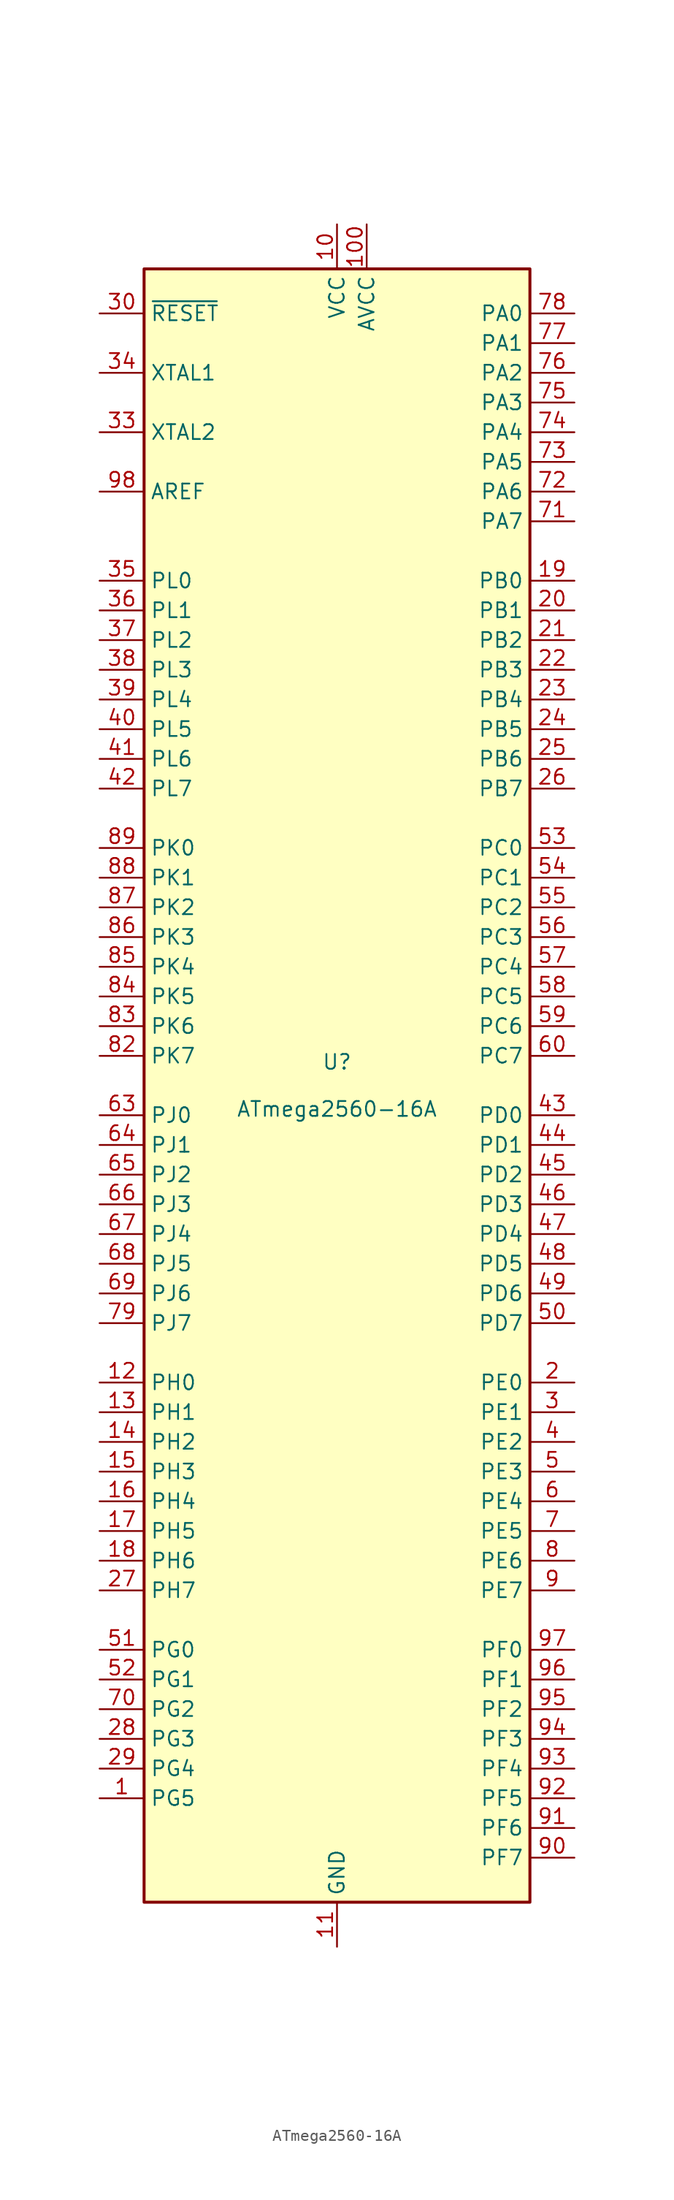
<source format=kicad_sym>
(kicad_symbol_lib
  (version 20220914)
  (generator kicad_symbol_editor)
  (symbol "ATmega2560-16A"
    (property "Reference" "U"
      (at 0 1.27 0)
      (effects (font (size 1.27 1.27)) (justify bottom)))
    (property "Value" "ATmega2560-16A"
      (at 0 -1.27 0)
      (effects (font (size 1.27 1.27)) (justify top)))
    (symbol "ATmega2560-16A_0_1"
      (rectangle (start -16.51 -69.85) (end 16.51 69.85) (stroke (width 0.254) (type default)) (fill (type background))))
    (symbol "ATmega2560-16A_1_1"
      (pin bidirectional line (at -20.32 -60.96 0) (length 3.81) (name "PG5" (effects (font (size 1.27 1.27)))) (number "1" (effects (font (size 1.27 1.27)))))
      (pin power_in line (at 0 73.66 270) (length 3.81) (name "VCC" (effects (font (size 1.27 1.27)))) (number "10" (effects (font (size 1.27 1.27)))))
      (pin power_in line (at 2.54 73.66 270) (length 3.81) (name "AVCC" (effects (font (size 1.27 1.27)))) (number "100" (effects (font (size 1.27 1.27)))))
      (pin power_in line (at 0 -73.66 90) (length 3.81) (name "GND" (effects (font (size 1.27 1.27)))) (number "11" (effects (font (size 1.27 1.27)))))
      (pin bidirectional line (at -20.32 -25.4 0) (length 3.81) (name "PH0" (effects (font (size 1.27 1.27)))) (number "12" (effects (font (size 1.27 1.27)))))
      (pin bidirectional line (at -20.32 -27.94 0) (length 3.81) (name "PH1" (effects (font (size 1.27 1.27)))) (number "13" (effects (font (size 1.27 1.27)))))
      (pin bidirectional line (at -20.32 -30.48 0) (length 3.81) (name "PH2" (effects (font (size 1.27 1.27)))) (number "14" (effects (font (size 1.27 1.27)))))
      (pin bidirectional line (at -20.32 -33.02 0) (length 3.81) (name "PH3" (effects (font (size 1.27 1.27)))) (number "15" (effects (font (size 1.27 1.27)))))
      (pin bidirectional line (at -20.32 -35.56 0) (length 3.81) (name "PH4" (effects (font (size 1.27 1.27)))) (number "16" (effects (font (size 1.27 1.27)))))
      (pin bidirectional line (at -20.32 -38.1 0) (length 3.81) (name "PH5" (effects (font (size 1.27 1.27)))) (number "17" (effects (font (size 1.27 1.27)))))
      (pin bidirectional line (at -20.32 -40.64 0) (length 3.81) (name "PH6" (effects (font (size 1.27 1.27)))) (number "18" (effects (font (size 1.27 1.27)))))
      (pin bidirectional line (at 20.32 43.18 180) (length 3.81) (name "PB0" (effects (font (size 1.27 1.27)))) (number "19" (effects (font (size 1.27 1.27)))))
      (pin bidirectional line (at 20.32 -25.4 180) (length 3.81) (name "PE0" (effects (font (size 1.27 1.27)))) (number "2" (effects (font (size 1.27 1.27)))))
      (pin bidirectional line (at 20.32 40.64 180) (length 3.81) (name "PB1" (effects (font (size 1.27 1.27)))) (number "20" (effects (font (size 1.27 1.27)))))
      (pin bidirectional line (at 20.32 38.1 180) (length 3.81) (name "PB2" (effects (font (size 1.27 1.27)))) (number "21" (effects (font (size 1.27 1.27)))))
      (pin bidirectional line (at 20.32 35.56 180) (length 3.81) (name "PB3" (effects (font (size 1.27 1.27)))) (number "22" (effects (font (size 1.27 1.27)))))
      (pin bidirectional line (at 20.32 33.02 180) (length 3.81) (name "PB4" (effects (font (size 1.27 1.27)))) (number "23" (effects (font (size 1.27 1.27)))))
      (pin bidirectional line (at 20.32 30.48 180) (length 3.81) (name "PB5" (effects (font (size 1.27 1.27)))) (number "24" (effects (font (size 1.27 1.27)))))
      (pin bidirectional line (at 20.32 27.94 180) (length 3.81) (name "PB6" (effects (font (size 1.27 1.27)))) (number "25" (effects (font (size 1.27 1.27)))))
      (pin bidirectional line (at 20.32 25.4 180) (length 3.81) (name "PB7" (effects (font (size 1.27 1.27)))) (number "26" (effects (font (size 1.27 1.27)))))
      (pin bidirectional line (at -20.32 -43.18 0) (length 3.81) (name "PH7" (effects (font (size 1.27 1.27)))) (number "27" (effects (font (size 1.27 1.27)))))
      (pin bidirectional line (at -20.32 -55.88 0) (length 3.81) (name "PG3" (effects (font (size 1.27 1.27)))) (number "28" (effects (font (size 1.27 1.27)))))
      (pin bidirectional line (at -20.32 -58.42 0) (length 3.81) (name "PG4" (effects (font (size 1.27 1.27)))) (number "29" (effects (font (size 1.27 1.27)))))
      (pin bidirectional line (at 20.32 -27.94 180) (length 3.81) (name "PE1" (effects (font (size 1.27 1.27)))) (number "3" (effects (font (size 1.27 1.27)))))
      (pin input line (at -20.32 66.04 0) (length 3.81) (name "~{RESET}" (effects (font (size 1.27 1.27)))) (number "30" (effects (font (size 1.27 1.27)))))
      (pin passive line (at 0 73.66 270) (length 3.81) hide (name "VCC" (effects (font (size 1.27 1.27)))) (number "31" (effects (font (size 1.27 1.27)))))
      (pin passive line (at 0 -73.66 90) (length 3.81) hide (name "GND" (effects (font (size 1.27 1.27)))) (number "32" (effects (font (size 1.27 1.27)))))
      (pin output line (at -20.32 55.88 0) (length 3.81) (name "XTAL2" (effects (font (size 1.27 1.27)))) (number "33" (effects (font (size 1.27 1.27)))))
      (pin input line (at -20.32 60.96 0) (length 3.81) (name "XTAL1" (effects (font (size 1.27 1.27)))) (number "34" (effects (font (size 1.27 1.27)))))
      (pin bidirectional line (at -20.32 43.18 0) (length 3.81) (name "PL0" (effects (font (size 1.27 1.27)))) (number "35" (effects (font (size 1.27 1.27)))))
      (pin bidirectional line (at -20.32 40.64 0) (length 3.81) (name "PL1" (effects (font (size 1.27 1.27)))) (number "36" (effects (font (size 1.27 1.27)))))
      (pin bidirectional line (at -20.32 38.1 0) (length 3.81) (name "PL2" (effects (font (size 1.27 1.27)))) (number "37" (effects (font (size 1.27 1.27)))))
      (pin bidirectional line (at -20.32 35.56 0) (length 3.81) (name "PL3" (effects (font (size 1.27 1.27)))) (number "38" (effects (font (size 1.27 1.27)))))
      (pin bidirectional line (at -20.32 33.02 0) (length 3.81) (name "PL4" (effects (font (size 1.27 1.27)))) (number "39" (effects (font (size 1.27 1.27)))))
      (pin bidirectional line (at 20.32 -30.48 180) (length 3.81) (name "PE2" (effects (font (size 1.27 1.27)))) (number "4" (effects (font (size 1.27 1.27)))))
      (pin bidirectional line (at -20.32 30.48 0) (length 3.81) (name "PL5" (effects (font (size 1.27 1.27)))) (number "40" (effects (font (size 1.27 1.27)))))
      (pin bidirectional line (at -20.32 27.94 0) (length 3.81) (name "PL6" (effects (font (size 1.27 1.27)))) (number "41" (effects (font (size 1.27 1.27)))))
      (pin bidirectional line (at -20.32 25.4 0) (length 3.81) (name "PL7" (effects (font (size 1.27 1.27)))) (number "42" (effects (font (size 1.27 1.27)))))
      (pin bidirectional line (at 20.32 -2.54 180) (length 3.81) (name "PD0" (effects (font (size 1.27 1.27)))) (number "43" (effects (font (size 1.27 1.27)))))
      (pin bidirectional line (at 20.32 -5.08 180) (length 3.81) (name "PD1" (effects (font (size 1.27 1.27)))) (number "44" (effects (font (size 1.27 1.27)))))
      (pin bidirectional line (at 20.32 -7.62 180) (length 3.81) (name "PD2" (effects (font (size 1.27 1.27)))) (number "45" (effects (font (size 1.27 1.27)))))
      (pin bidirectional line (at 20.32 -10.16 180) (length 3.81) (name "PD3" (effects (font (size 1.27 1.27)))) (number "46" (effects (font (size 1.27 1.27)))))
      (pin bidirectional line (at 20.32 -12.7 180) (length 3.81) (name "PD4" (effects (font (size 1.27 1.27)))) (number "47" (effects (font (size 1.27 1.27)))))
      (pin bidirectional line (at 20.32 -15.24 180) (length 3.81) (name "PD5" (effects (font (size 1.27 1.27)))) (number "48" (effects (font (size 1.27 1.27)))))
      (pin bidirectional line (at 20.32 -17.78 180) (length 3.81) (name "PD6" (effects (font (size 1.27 1.27)))) (number "49" (effects (font (size 1.27 1.27)))))
      (pin bidirectional line (at 20.32 -33.02 180) (length 3.81) (name "PE3" (effects (font (size 1.27 1.27)))) (number "5" (effects (font (size 1.27 1.27)))))
      (pin bidirectional line (at 20.32 -20.32 180) (length 3.81) (name "PD7" (effects (font (size 1.27 1.27)))) (number "50" (effects (font (size 1.27 1.27)))))
      (pin bidirectional line (at -20.32 -48.26 0) (length 3.81) (name "PG0" (effects (font (size 1.27 1.27)))) (number "51" (effects (font (size 1.27 1.27)))))
      (pin bidirectional line (at -20.32 -50.8 0) (length 3.81) (name "PG1" (effects (font (size 1.27 1.27)))) (number "52" (effects (font (size 1.27 1.27)))))
      (pin bidirectional line (at 20.32 20.32 180) (length 3.81) (name "PC0" (effects (font (size 1.27 1.27)))) (number "53" (effects (font (size 1.27 1.27)))))
      (pin bidirectional line (at 20.32 17.78 180) (length 3.81) (name "PC1" (effects (font (size 1.27 1.27)))) (number "54" (effects (font (size 1.27 1.27)))))
      (pin bidirectional line (at 20.32 15.24 180) (length 3.81) (name "PC2" (effects (font (size 1.27 1.27)))) (number "55" (effects (font (size 1.27 1.27)))))
      (pin bidirectional line (at 20.32 12.7 180) (length 3.81) (name "PC3" (effects (font (size 1.27 1.27)))) (number "56" (effects (font (size 1.27 1.27)))))
      (pin bidirectional line (at 20.32 10.16 180) (length 3.81) (name "PC4" (effects (font (size 1.27 1.27)))) (number "57" (effects (font (size 1.27 1.27)))))
      (pin bidirectional line (at 20.32 7.62 180) (length 3.81) (name "PC5" (effects (font (size 1.27 1.27)))) (number "58" (effects (font (size 1.27 1.27)))))
      (pin bidirectional line (at 20.32 5.08 180) (length 3.81) (name "PC6" (effects (font (size 1.27 1.27)))) (number "59" (effects (font (size 1.27 1.27)))))
      (pin bidirectional line (at 20.32 -35.56 180) (length 3.81) (name "PE4" (effects (font (size 1.27 1.27)))) (number "6" (effects (font (size 1.27 1.27)))))
      (pin bidirectional line (at 20.32 2.54 180) (length 3.81) (name "PC7" (effects (font (size 1.27 1.27)))) (number "60" (effects (font (size 1.27 1.27)))))
      (pin passive line (at 0 73.66 270) (length 3.81) hide (name "VCC" (effects (font (size 1.27 1.27)))) (number "61" (effects (font (size 1.27 1.27)))))
      (pin passive line (at 0 -73.66 90) (length 3.81) hide (name "GND" (effects (font (size 1.27 1.27)))) (number "62" (effects (font (size 1.27 1.27)))))
      (pin bidirectional line (at -20.32 -2.54 0) (length 3.81) (name "PJ0" (effects (font (size 1.27 1.27)))) (number "63" (effects (font (size 1.27 1.27)))))
      (pin bidirectional line (at -20.32 -5.08 0) (length 3.81) (name "PJ1" (effects (font (size 1.27 1.27)))) (number "64" (effects (font (size 1.27 1.27)))))
      (pin bidirectional line (at -20.32 -7.62 0) (length 3.81) (name "PJ2" (effects (font (size 1.27 1.27)))) (number "65" (effects (font (size 1.27 1.27)))))
      (pin bidirectional line (at -20.32 -10.16 0) (length 3.81) (name "PJ3" (effects (font (size 1.27 1.27)))) (number "66" (effects (font (size 1.27 1.27)))))
      (pin bidirectional line (at -20.32 -12.7 0) (length 3.81) (name "PJ4" (effects (font (size 1.27 1.27)))) (number "67" (effects (font (size 1.27 1.27)))))
      (pin bidirectional line (at -20.32 -15.24 0) (length 3.81) (name "PJ5" (effects (font (size 1.27 1.27)))) (number "68" (effects (font (size 1.27 1.27)))))
      (pin bidirectional line (at -20.32 -17.78 0) (length 3.81) (name "PJ6" (effects (font (size 1.27 1.27)))) (number "69" (effects (font (size 1.27 1.27)))))
      (pin bidirectional line (at 20.32 -38.1 180) (length 3.81) (name "PE5" (effects (font (size 1.27 1.27)))) (number "7" (effects (font (size 1.27 1.27)))))
      (pin bidirectional line (at -20.32 -53.34 0) (length 3.81) (name "PG2" (effects (font (size 1.27 1.27)))) (number "70" (effects (font (size 1.27 1.27)))))
      (pin bidirectional line (at 20.32 48.26 180) (length 3.81) (name "PA7" (effects (font (size 1.27 1.27)))) (number "71" (effects (font (size 1.27 1.27)))))
      (pin bidirectional line (at 20.32 50.8 180) (length 3.81) (name "PA6" (effects (font (size 1.27 1.27)))) (number "72" (effects (font (size 1.27 1.27)))))
      (pin bidirectional line (at 20.32 53.34 180) (length 3.81) (name "PA5" (effects (font (size 1.27 1.27)))) (number "73" (effects (font (size 1.27 1.27)))))
      (pin bidirectional line (at 20.32 55.88 180) (length 3.81) (name "PA4" (effects (font (size 1.27 1.27)))) (number "74" (effects (font (size 1.27 1.27)))))
      (pin bidirectional line (at 20.32 58.42 180) (length 3.81) (name "PA3" (effects (font (size 1.27 1.27)))) (number "75" (effects (font (size 1.27 1.27)))))
      (pin bidirectional line (at 20.32 60.96 180) (length 3.81) (name "PA2" (effects (font (size 1.27 1.27)))) (number "76" (effects (font (size 1.27 1.27)))))
      (pin bidirectional line (at 20.32 63.5 180) (length 3.81) (name "PA1" (effects (font (size 1.27 1.27)))) (number "77" (effects (font (size 1.27 1.27)))))
      (pin bidirectional line (at 20.32 66.04 180) (length 3.81) (name "PA0" (effects (font (size 1.27 1.27)))) (number "78" (effects (font (size 1.27 1.27)))))
      (pin bidirectional line (at -20.32 -20.32 0) (length 3.81) (name "PJ7" (effects (font (size 1.27 1.27)))) (number "79" (effects (font (size 1.27 1.27)))))
      (pin bidirectional line (at 20.32 -40.64 180) (length 3.81) (name "PE6" (effects (font (size 1.27 1.27)))) (number "8" (effects (font (size 1.27 1.27)))))
      (pin passive line (at 0 73.66 270) (length 3.81) hide (name "VCC" (effects (font (size 1.27 1.27)))) (number "80" (effects (font (size 1.27 1.27)))))
      (pin passive line (at 0 -73.66 90) (length 3.81) hide (name "GND" (effects (font (size 1.27 1.27)))) (number "81" (effects (font (size 1.27 1.27)))))
      (pin bidirectional line (at -20.32 2.54 0) (length 3.81) (name "PK7" (effects (font (size 1.27 1.27)))) (number "82" (effects (font (size 1.27 1.27)))))
      (pin bidirectional line (at -20.32 5.08 0) (length 3.81) (name "PK6" (effects (font (size 1.27 1.27)))) (number "83" (effects (font (size 1.27 1.27)))))
      (pin bidirectional line (at -20.32 7.62 0) (length 3.81) (name "PK5" (effects (font (size 1.27 1.27)))) (number "84" (effects (font (size 1.27 1.27)))))
      (pin bidirectional line (at -20.32 10.16 0) (length 3.81) (name "PK4" (effects (font (size 1.27 1.27)))) (number "85" (effects (font (size 1.27 1.27)))))
      (pin bidirectional line (at -20.32 12.7 0) (length 3.81) (name "PK3" (effects (font (size 1.27 1.27)))) (number "86" (effects (font (size 1.27 1.27)))))
      (pin bidirectional line (at -20.32 15.24 0) (length 3.81) (name "PK2" (effects (font (size 1.27 1.27)))) (number "87" (effects (font (size 1.27 1.27)))))
      (pin bidirectional line (at -20.32 17.78 0) (length 3.81) (name "PK1" (effects (font (size 1.27 1.27)))) (number "88" (effects (font (size 1.27 1.27)))))
      (pin bidirectional line (at -20.32 20.32 0) (length 3.81) (name "PK0" (effects (font (size 1.27 1.27)))) (number "89" (effects (font (size 1.27 1.27)))))
      (pin bidirectional line (at 20.32 -43.18 180) (length 3.81) (name "PE7" (effects (font (size 1.27 1.27)))) (number "9" (effects (font (size 1.27 1.27)))))
      (pin bidirectional line (at 20.32 -66.04 180) (length 3.81) (name "PF7" (effects (font (size 1.27 1.27)))) (number "90" (effects (font (size 1.27 1.27)))))
      (pin bidirectional line (at 20.32 -63.5 180) (length 3.81) (name "PF6" (effects (font (size 1.27 1.27)))) (number "91" (effects (font (size 1.27 1.27)))))
      (pin bidirectional line (at 20.32 -60.96 180) (length 3.81) (name "PF5" (effects (font (size 1.27 1.27)))) (number "92" (effects (font (size 1.27 1.27)))))
      (pin bidirectional line (at 20.32 -58.42 180) (length 3.81) (name "PF4" (effects (font (size 1.27 1.27)))) (number "93" (effects (font (size 1.27 1.27)))))
      (pin bidirectional line (at 20.32 -55.88 180) (length 3.81) (name "PF3" (effects (font (size 1.27 1.27)))) (number "94" (effects (font (size 1.27 1.27)))))
      (pin bidirectional line (at 20.32 -53.34 180) (length 3.81) (name "PF2" (effects (font (size 1.27 1.27)))) (number "95" (effects (font (size 1.27 1.27)))))
      (pin bidirectional line (at 20.32 -50.8 180) (length 3.81) (name "PF1" (effects (font (size 1.27 1.27)))) (number "96" (effects (font (size 1.27 1.27)))))
      (pin bidirectional line (at 20.32 -48.26 180) (length 3.81) (name "PF0" (effects (font (size 1.27 1.27)))) (number "97" (effects (font (size 1.27 1.27)))))
      (pin passive line (at -20.32 50.8 0) (length 3.81) (name "AREF" (effects (font (size 1.27 1.27)))) (number "98" (effects (font (size 1.27 1.27)))))
      (pin passive line (at 0 -73.66 90) (length 3.81) hide (name "GND" (effects (font (size 1.27 1.27)))) (number "99" (effects (font (size 1.27 1.27))))))))
</source>
